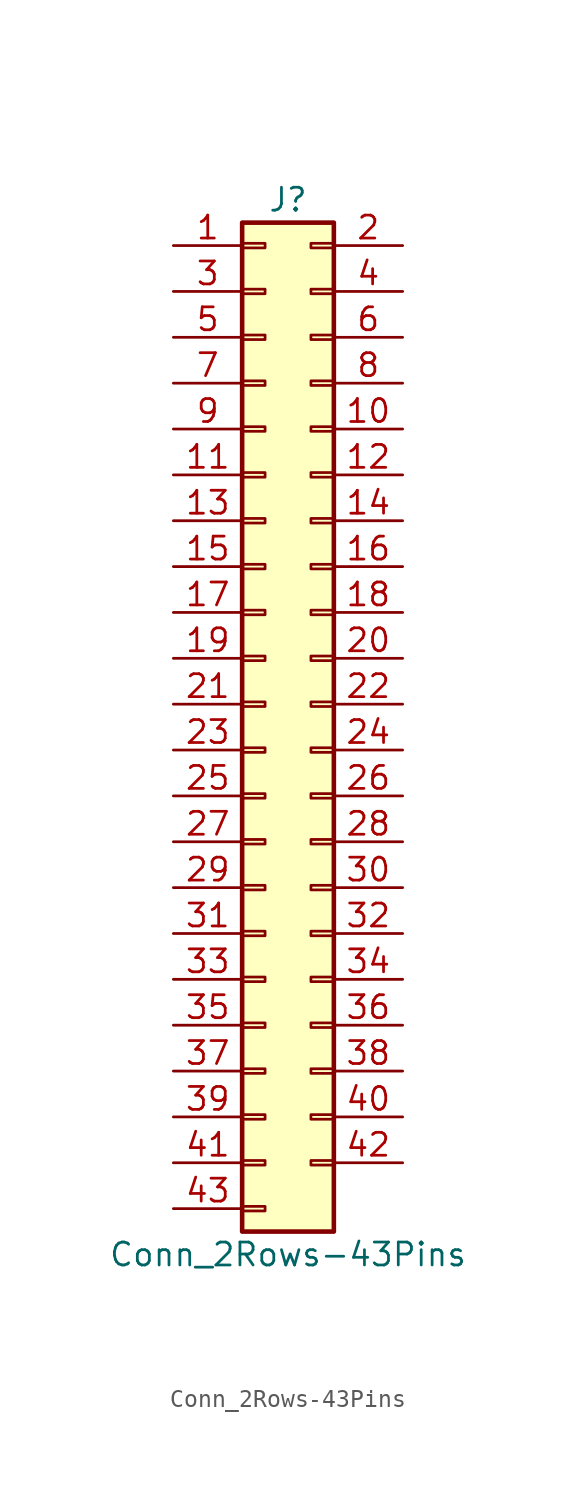
<source format=kicad_sym>
(kicad_symbol_lib
  (version 20201005)
  (generator kicad_symbol_editor)
  (symbol "Conn_2Rows-43Pins"
    (pin_names
      (offset 1.016) hide)
    (property "Reference" "J"
      (at 1.27 27.94 0)
      (effects (font (size 1.27 1.27))))
    (property "Value" "Conn_2Rows-43Pins"
      (at 1.27 -30.48 0)
      (effects (font (size 1.27 1.27))))
    (symbol "Conn_2Rows-43Pins_1_1"
      (rectangle (start -1.27 -27.813) (end 0 -28.067) (stroke (width 0.152)) (fill (type none)))
      (rectangle (start -1.27 -25.273) (end 0 -25.527) (stroke (width 0.152)) (fill (type none)))
      (rectangle (start -1.27 -22.733) (end 0 -22.987) (stroke (width 0.152)) (fill (type none)))
      (rectangle (start -1.27 -20.193) (end 0 -20.447) (stroke (width 0.152)) (fill (type none)))
      (rectangle (start -1.27 -17.653) (end 0 -17.907) (stroke (width 0.152)) (fill (type none)))
      (rectangle (start -1.27 -15.113) (end 0 -15.367) (stroke (width 0.152)) (fill (type none)))
      (rectangle (start -1.27 -12.573) (end 0 -12.827) (stroke (width 0.152)) (fill (type none)))
      (rectangle (start -1.27 -10.033) (end 0 -10.287) (stroke (width 0.152)) (fill (type none)))
      (rectangle (start -1.27 -7.493) (end 0 -7.747) (stroke (width 0.152)) (fill (type none)))
      (rectangle (start -1.27 -4.953) (end 0 -5.207) (stroke (width 0.152)) (fill (type none)))
      (rectangle (start -1.27 -2.413) (end 0 -2.667) (stroke (width 0.152)) (fill (type none)))
      (rectangle (start -1.27 0.127) (end 0 -0.127) (stroke (width 0.152)) (fill (type none)))
      (rectangle (start -1.27 2.667) (end 0 2.413) (stroke (width 0.152)) (fill (type none)))
      (rectangle (start -1.27 5.207) (end 0 4.953) (stroke (width 0.152)) (fill (type none)))
      (rectangle (start -1.27 7.747) (end 0 7.493) (stroke (width 0.152)) (fill (type none)))
      (rectangle (start -1.27 10.287) (end 0 10.033) (stroke (width 0.152)) (fill (type none)))
      (rectangle (start -1.27 12.827) (end 0 12.573) (stroke (width 0.152)) (fill (type none)))
      (rectangle (start -1.27 15.367) (end 0 15.113) (stroke (width 0.152)) (fill (type none)))
      (rectangle (start -1.27 17.907) (end 0 17.653) (stroke (width 0.152)) (fill (type none)))
      (rectangle (start -1.27 20.447) (end 0 20.193) (stroke (width 0.152)) (fill (type none)))
      (rectangle (start -1.27 22.987) (end 0 22.733) (stroke (width 0.152)) (fill (type none)))
      (rectangle (start -1.27 25.527) (end 0 25.273) (stroke (width 0.152)) (fill (type none)))
      (rectangle (start 3.81 -25.273) (end 2.54 -25.527) (stroke (width 0.152)) (fill (type none)))
      (rectangle (start 3.81 -22.733) (end 2.54 -22.987) (stroke (width 0.152)) (fill (type none)))
      (rectangle (start 3.81 -20.193) (end 2.54 -20.447) (stroke (width 0.152)) (fill (type none)))
      (rectangle (start 3.81 -17.653) (end 2.54 -17.907) (stroke (width 0.152)) (fill (type none)))
      (rectangle (start 3.81 -15.113) (end 2.54 -15.367) (stroke (width 0.152)) (fill (type none)))
      (rectangle (start 3.81 -12.573) (end 2.54 -12.827) (stroke (width 0.152)) (fill (type none)))
      (rectangle (start 3.81 -10.033) (end 2.54 -10.287) (stroke (width 0.152)) (fill (type none)))
      (rectangle (start 3.81 -7.493) (end 2.54 -7.747) (stroke (width 0.152)) (fill (type none)))
      (rectangle (start 3.81 -4.953) (end 2.54 -5.207) (stroke (width 0.152)) (fill (type none)))
      (rectangle (start 3.81 -2.413) (end 2.54 -2.667) (stroke (width 0.152)) (fill (type none)))
      (rectangle (start 3.81 0.127) (end 2.54 -0.127) (stroke (width 0.152)) (fill (type none)))
      (rectangle (start 3.81 2.667) (end 2.54 2.413) (stroke (width 0.152)) (fill (type none)))
      (rectangle (start 3.81 5.207) (end 2.54 4.953) (stroke (width 0.152)) (fill (type none)))
      (rectangle (start 3.81 7.747) (end 2.54 7.493) (stroke (width 0.152)) (fill (type none)))
      (rectangle (start 3.81 10.287) (end 2.54 10.033) (stroke (width 0.152)) (fill (type none)))
      (rectangle (start 3.81 12.827) (end 2.54 12.573) (stroke (width 0.152)) (fill (type none)))
      (rectangle (start 3.81 15.367) (end 2.54 15.113) (stroke (width 0.152)) (fill (type none)))
      (rectangle (start 3.81 17.907) (end 2.54 17.653) (stroke (width 0.152)) (fill (type none)))
      (rectangle (start 3.81 20.447) (end 2.54 20.193) (stroke (width 0.152)) (fill (type none)))
      (rectangle (start 3.81 22.987) (end 2.54 22.733) (stroke (width 0.152)) (fill (type none)))
      (rectangle (start 3.81 25.527) (end 2.54 25.273) (stroke (width 0.152)) (fill (type none)))
      (rectangle (start -1.27 26.67) (end 3.81 -29.21) (stroke (width 0.254)) (fill (type background)))
      (pin passive line (at -5.08 25.4 0) (length 3.81) (name "Pin_1" (effects (font (size 1.27 1.27)))) (number "1" (effects (font (size 1.27 1.27)))))
      (pin passive line (at 7.62 15.24 180) (length 3.81) (name "Pin_10" (effects (font (size 1.27 1.27)))) (number "10" (effects (font (size 1.27 1.27)))))
      (pin passive line (at -5.08 12.7 0) (length 3.81) (name "Pin_11" (effects (font (size 1.27 1.27)))) (number "11" (effects (font (size 1.27 1.27)))))
      (pin passive line (at 7.62 12.7 180) (length 3.81) (name "Pin_12" (effects (font (size 1.27 1.27)))) (number "12" (effects (font (size 1.27 1.27)))))
      (pin passive line (at -5.08 10.16 0) (length 3.81) (name "Pin_13" (effects (font (size 1.27 1.27)))) (number "13" (effects (font (size 1.27 1.27)))))
      (pin passive line (at 7.62 10.16 180) (length 3.81) (name "Pin_14" (effects (font (size 1.27 1.27)))) (number "14" (effects (font (size 1.27 1.27)))))
      (pin passive line (at -5.08 7.62 0) (length 3.81) (name "Pin_15" (effects (font (size 1.27 1.27)))) (number "15" (effects (font (size 1.27 1.27)))))
      (pin passive line (at 7.62 7.62 180) (length 3.81) (name "Pin_16" (effects (font (size 1.27 1.27)))) (number "16" (effects (font (size 1.27 1.27)))))
      (pin passive line (at -5.08 5.08 0) (length 3.81) (name "Pin_17" (effects (font (size 1.27 1.27)))) (number "17" (effects (font (size 1.27 1.27)))))
      (pin passive line (at 7.62 5.08 180) (length 3.81) (name "Pin_18" (effects (font (size 1.27 1.27)))) (number "18" (effects (font (size 1.27 1.27)))))
      (pin passive line (at -5.08 2.54 0) (length 3.81) (name "Pin_19" (effects (font (size 1.27 1.27)))) (number "19" (effects (font (size 1.27 1.27)))))
      (pin passive line (at 7.62 25.4 180) (length 3.81) (name "Pin_2" (effects (font (size 1.27 1.27)))) (number "2" (effects (font (size 1.27 1.27)))))
      (pin passive line (at 7.62 2.54 180) (length 3.81) (name "Pin_20" (effects (font (size 1.27 1.27)))) (number "20" (effects (font (size 1.27 1.27)))))
      (pin passive line (at -5.08 0 0) (length 3.81) (name "Pin_21" (effects (font (size 1.27 1.27)))) (number "21" (effects (font (size 1.27 1.27)))))
      (pin passive line (at 7.62 0 180) (length 3.81) (name "Pin_22" (effects (font (size 1.27 1.27)))) (number "22" (effects (font (size 1.27 1.27)))))
      (pin passive line (at -5.08 -2.54 0) (length 3.81) (name "Pin_23" (effects (font (size 1.27 1.27)))) (number "23" (effects (font (size 1.27 1.27)))))
      (pin passive line (at 7.62 -2.54 180) (length 3.81) (name "Pin_24" (effects (font (size 1.27 1.27)))) (number "24" (effects (font (size 1.27 1.27)))))
      (pin passive line (at -5.08 -5.08 0) (length 3.81) (name "Pin_25" (effects (font (size 1.27 1.27)))) (number "25" (effects (font (size 1.27 1.27)))))
      (pin passive line (at 7.62 -5.08 180) (length 3.81) (name "Pin_26" (effects (font (size 1.27 1.27)))) (number "26" (effects (font (size 1.27 1.27)))))
      (pin passive line (at -5.08 -7.62 0) (length 3.81) (name "Pin_27" (effects (font (size 1.27 1.27)))) (number "27" (effects (font (size 1.27 1.27)))))
      (pin passive line (at 7.62 -7.62 180) (length 3.81) (name "Pin_28" (effects (font (size 1.27 1.27)))) (number "28" (effects (font (size 1.27 1.27)))))
      (pin passive line (at -5.08 -10.16 0) (length 3.81) (name "Pin_29" (effects (font (size 1.27 1.27)))) (number "29" (effects (font (size 1.27 1.27)))))
      (pin passive line (at -5.08 22.86 0) (length 3.81) (name "Pin_3" (effects (font (size 1.27 1.27)))) (number "3" (effects (font (size 1.27 1.27)))))
      (pin passive line (at 7.62 -10.16 180) (length 3.81) (name "Pin_30" (effects (font (size 1.27 1.27)))) (number "30" (effects (font (size 1.27 1.27)))))
      (pin passive line (at -5.08 -12.7 0) (length 3.81) (name "Pin_31" (effects (font (size 1.27 1.27)))) (number "31" (effects (font (size 1.27 1.27)))))
      (pin passive line (at 7.62 -12.7 180) (length 3.81) (name "Pin_32" (effects (font (size 1.27 1.27)))) (number "32" (effects (font (size 1.27 1.27)))))
      (pin passive line (at -5.08 -15.24 0) (length 3.81) (name "Pin_33" (effects (font (size 1.27 1.27)))) (number "33" (effects (font (size 1.27 1.27)))))
      (pin passive line (at 7.62 -15.24 180) (length 3.81) (name "Pin_34" (effects (font (size 1.27 1.27)))) (number "34" (effects (font (size 1.27 1.27)))))
      (pin passive line (at -5.08 -17.78 0) (length 3.81) (name "Pin_35" (effects (font (size 1.27 1.27)))) (number "35" (effects (font (size 1.27 1.27)))))
      (pin passive line (at 7.62 -17.78 180) (length 3.81) (name "Pin_36" (effects (font (size 1.27 1.27)))) (number "36" (effects (font (size 1.27 1.27)))))
      (pin passive line (at -5.08 -20.32 0) (length 3.81) (name "Pin_37" (effects (font (size 1.27 1.27)))) (number "37" (effects (font (size 1.27 1.27)))))
      (pin passive line (at 7.62 -20.32 180) (length 3.81) (name "Pin_38" (effects (font (size 1.27 1.27)))) (number "38" (effects (font (size 1.27 1.27)))))
      (pin passive line (at -5.08 -22.86 0) (length 3.81) (name "Pin_39" (effects (font (size 1.27 1.27)))) (number "39" (effects (font (size 1.27 1.27)))))
      (pin passive line (at 7.62 22.86 180) (length 3.81) (name "Pin_4" (effects (font (size 1.27 1.27)))) (number "4" (effects (font (size 1.27 1.27)))))
      (pin passive line (at 7.62 -22.86 180) (length 3.81) (name "Pin_40" (effects (font (size 1.27 1.27)))) (number "40" (effects (font (size 1.27 1.27)))))
      (pin passive line (at -5.08 -25.4 0) (length 3.81) (name "Pin_41" (effects (font (size 1.27 1.27)))) (number "41" (effects (font (size 1.27 1.27)))))
      (pin passive line (at 7.62 -25.4 180) (length 3.81) (name "Pin_42" (effects (font (size 1.27 1.27)))) (number "42" (effects (font (size 1.27 1.27)))))
      (pin passive line (at -5.08 -27.94 0) (length 3.81) (name "Pin_43" (effects (font (size 1.27 1.27)))) (number "43" (effects (font (size 1.27 1.27)))))
      (pin passive line (at -5.08 20.32 0) (length 3.81) (name "Pin_5" (effects (font (size 1.27 1.27)))) (number "5" (effects (font (size 1.27 1.27)))))
      (pin passive line (at 7.62 20.32 180) (length 3.81) (name "Pin_6" (effects (font (size 1.27 1.27)))) (number "6" (effects (font (size 1.27 1.27)))))
      (pin passive line (at -5.08 17.78 0) (length 3.81) (name "Pin_7" (effects (font (size 1.27 1.27)))) (number "7" (effects (font (size 1.27 1.27)))))
      (pin passive line (at 7.62 17.78 180) (length 3.81) (name "Pin_8" (effects (font (size 1.27 1.27)))) (number "8" (effects (font (size 1.27 1.27)))))
      (pin passive line (at -5.08 15.24 0) (length 3.81) (name "Pin_9" (effects (font (size 1.27 1.27)))) (number "9" (effects (font (size 1.27 1.27))))))))
</source>
